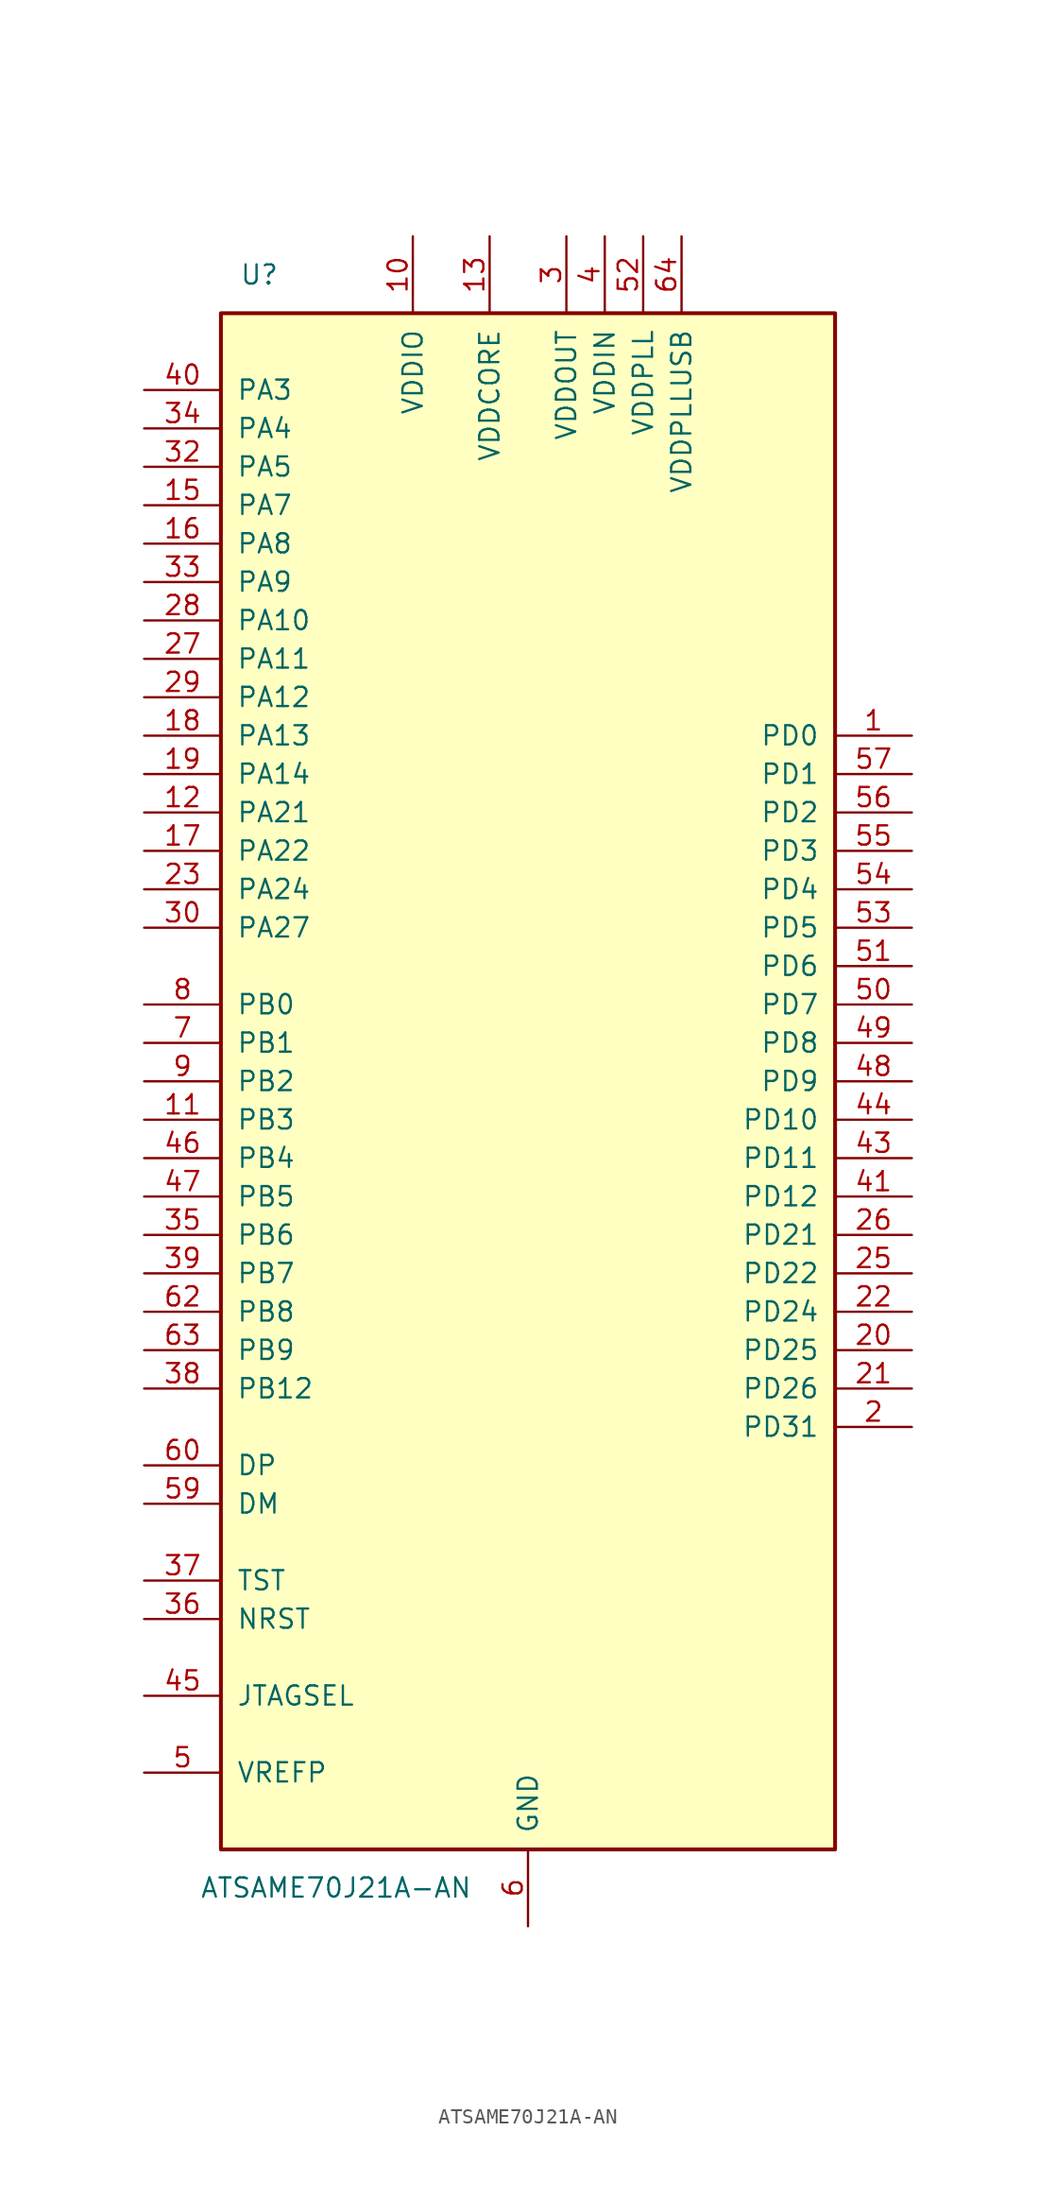
<source format=kicad_sym>
(kicad_symbol_lib
  (version 20201005)
  (generator kicad_symbol_editor)
  (symbol "ATSAME70J21A-AN"
    (pin_names
      (offset 1.016))
    (property "Reference" "U"
      (at -17.78 53.34 0)
      (effects (font (size 1.27 1.27))))
    (property "Value" "ATSAME70J21A-AN"
      (at -12.7 -53.34 0)
      (effects (font (size 1.27 1.27))))
    (symbol "ATSAME70J21A-AN_0_1"
      (rectangle (start -20.32 50.8) (end 20.32 -50.8) (stroke (width 0.254)) (fill (type background))))
    (symbol "ATSAME70J21A-AN_1_0"
      (pin power_in line (at 10.16 55.88 270) (length 5.08) (name "VDDPLLUSB" (effects (font (size 1.27 1.27)))) (number "64" (effects (font (size 1.27 1.27))))))
    (symbol "ATSAME70J21A-AN_1_1"
      (pin bidirectional line (at 25.4 22.86 180) (length 5.08) (name "PD0" (effects (font (size 1.27 1.27)))) (number "1" (effects (font (size 1.27 1.27)))))
      (pin power_in line (at -7.62 55.88 270) (length 5.08) (name "VDDIO" (effects (font (size 1.27 1.27)))) (number "10" (effects (font (size 1.27 1.27)))))
      (pin bidirectional line (at -25.4 -2.54 0) (length 5.08) (name "PB3" (effects (font (size 1.27 1.27)))) (number "11" (effects (font (size 1.27 1.27)))))
      (pin bidirectional line (at -25.4 17.78 0) (length 5.08) (name "PA21" (effects (font (size 1.27 1.27)))) (number "12" (effects (font (size 1.27 1.27)))))
      (pin power_in line (at -2.54 55.88 270) (length 5.08) (name "VDDCORE" (effects (font (size 1.27 1.27)))) (number "13" (effects (font (size 1.27 1.27)))))
      (pin passive line (at 0 -55.88 90) (length 5.08) hide (name "GND" (effects (font (size 1.27 1.27)))) (number "14" (effects (font (size 1.27 1.27)))))
      (pin bidirectional line (at -25.4 38.1 0) (length 5.08) (name "PA7" (effects (font (size 1.27 1.27)))) (number "15" (effects (font (size 1.27 1.27)))))
      (pin bidirectional line (at -25.4 35.56 0) (length 5.08) (name "PA8" (effects (font (size 1.27 1.27)))) (number "16" (effects (font (size 1.27 1.27)))))
      (pin bidirectional line (at -25.4 15.24 0) (length 5.08) (name "PA22" (effects (font (size 1.27 1.27)))) (number "17" (effects (font (size 1.27 1.27)))))
      (pin bidirectional line (at -25.4 22.86 0) (length 5.08) (name "PA13" (effects (font (size 1.27 1.27)))) (number "18" (effects (font (size 1.27 1.27)))))
      (pin bidirectional line (at -25.4 20.32 0) (length 5.08) (name "PA14" (effects (font (size 1.27 1.27)))) (number "19" (effects (font (size 1.27 1.27)))))
      (pin bidirectional line (at 25.4 -22.86 180) (length 5.08) (name "PD31" (effects (font (size 1.27 1.27)))) (number "2" (effects (font (size 1.27 1.27)))))
      (pin bidirectional line (at 25.4 -17.78 180) (length 5.08) (name "PD25" (effects (font (size 1.27 1.27)))) (number "20" (effects (font (size 1.27 1.27)))))
      (pin bidirectional line (at 25.4 -20.32 180) (length 5.08) (name "PD26" (effects (font (size 1.27 1.27)))) (number "21" (effects (font (size 1.27 1.27)))))
      (pin bidirectional line (at 25.4 -15.24 180) (length 5.08) (name "PD24" (effects (font (size 1.27 1.27)))) (number "22" (effects (font (size 1.27 1.27)))))
      (pin bidirectional line (at -25.4 12.7 0) (length 5.08) (name "PA24" (effects (font (size 1.27 1.27)))) (number "23" (effects (font (size 1.27 1.27)))))
      (pin passive line (at -2.54 55.88 270) (length 5.08) hide (name "VDDCORE" (effects (font (size 1.27 1.27)))) (number "24" (effects (font (size 1.27 1.27)))))
      (pin bidirectional line (at 25.4 -12.7 180) (length 5.08) (name "PD22" (effects (font (size 1.27 1.27)))) (number "25" (effects (font (size 1.27 1.27)))))
      (pin bidirectional line (at 25.4 -10.16 180) (length 5.08) (name "PD21" (effects (font (size 1.27 1.27)))) (number "26" (effects (font (size 1.27 1.27)))))
      (pin bidirectional line (at -25.4 27.94 0) (length 5.08) (name "PA11" (effects (font (size 1.27 1.27)))) (number "27" (effects (font (size 1.27 1.27)))))
      (pin bidirectional line (at -25.4 30.48 0) (length 5.08) (name "PA10" (effects (font (size 1.27 1.27)))) (number "28" (effects (font (size 1.27 1.27)))))
      (pin bidirectional line (at -25.4 25.4 0) (length 5.08) (name "PA12" (effects (font (size 1.27 1.27)))) (number "29" (effects (font (size 1.27 1.27)))))
      (pin power_in line (at 2.54 55.88 270) (length 5.08) (name "VDDOUT" (effects (font (size 1.27 1.27)))) (number "3" (effects (font (size 1.27 1.27)))))
      (pin bidirectional line (at -25.4 10.16 0) (length 5.08) (name "PA27" (effects (font (size 1.27 1.27)))) (number "30" (effects (font (size 1.27 1.27)))))
      (pin passive line (at 0 -55.88 90) (length 5.08) hide (name "GND" (effects (font (size 1.27 1.27)))) (number "31" (effects (font (size 1.27 1.27)))))
      (pin bidirectional line (at -25.4 40.64 0) (length 5.08) (name "PA5" (effects (font (size 1.27 1.27)))) (number "32" (effects (font (size 1.27 1.27)))))
      (pin bidirectional line (at -25.4 33.02 0) (length 5.08) (name "PA9" (effects (font (size 1.27 1.27)))) (number "33" (effects (font (size 1.27 1.27)))))
      (pin bidirectional line (at -25.4 43.18 0) (length 5.08) (name "PA4" (effects (font (size 1.27 1.27)))) (number "34" (effects (font (size 1.27 1.27)))))
      (pin bidirectional line (at -25.4 -10.16 0) (length 5.08) (name "PB6" (effects (font (size 1.27 1.27)))) (number "35" (effects (font (size 1.27 1.27)))))
      (pin bidirectional line (at -25.4 -35.56 0) (length 5.08) (name "NRST" (effects (font (size 1.27 1.27)))) (number "36" (effects (font (size 1.27 1.27)))))
      (pin input line (at -25.4 -33.02 0) (length 5.08) (name "TST" (effects (font (size 1.27 1.27)))) (number "37" (effects (font (size 1.27 1.27)))))
      (pin bidirectional line (at -25.4 -20.32 0) (length 5.08) (name "PB12" (effects (font (size 1.27 1.27)))) (number "38" (effects (font (size 1.27 1.27)))))
      (pin bidirectional line (at -25.4 -12.7 0) (length 5.08) (name "PB7" (effects (font (size 1.27 1.27)))) (number "39" (effects (font (size 1.27 1.27)))))
      (pin power_in line (at 5.08 55.88 270) (length 5.08) (name "VDDIN" (effects (font (size 1.27 1.27)))) (number "4" (effects (font (size 1.27 1.27)))))
      (pin bidirectional line (at -25.4 45.72 0) (length 5.08) (name "PA3" (effects (font (size 1.27 1.27)))) (number "40" (effects (font (size 1.27 1.27)))))
      (pin bidirectional line (at 25.4 -7.62 180) (length 5.08) (name "PD12" (effects (font (size 1.27 1.27)))) (number "41" (effects (font (size 1.27 1.27)))))
      (pin passive line (at -7.62 55.88 270) (length 5.08) hide (name "VDDIO" (effects (font (size 1.27 1.27)))) (number "42" (effects (font (size 1.27 1.27)))))
      (pin bidirectional line (at 25.4 -5.08 180) (length 5.08) (name "PD11" (effects (font (size 1.27 1.27)))) (number "43" (effects (font (size 1.27 1.27)))))
      (pin bidirectional line (at 25.4 -2.54 180) (length 5.08) (name "PD10" (effects (font (size 1.27 1.27)))) (number "44" (effects (font (size 1.27 1.27)))))
      (pin input line (at -25.4 -40.64 0) (length 5.08) (name "JTAGSEL" (effects (font (size 1.27 1.27)))) (number "45" (effects (font (size 1.27 1.27)))))
      (pin bidirectional line (at -25.4 -5.08 0) (length 5.08) (name "PB4" (effects (font (size 1.27 1.27)))) (number "46" (effects (font (size 1.27 1.27)))))
      (pin bidirectional line (at -25.4 -7.62 0) (length 5.08) (name "PB5" (effects (font (size 1.27 1.27)))) (number "47" (effects (font (size 1.27 1.27)))))
      (pin bidirectional line (at 25.4 0 180) (length 5.08) (name "PD9" (effects (font (size 1.27 1.27)))) (number "48" (effects (font (size 1.27 1.27)))))
      (pin bidirectional line (at 25.4 2.54 180) (length 5.08) (name "PD8" (effects (font (size 1.27 1.27)))) (number "49" (effects (font (size 1.27 1.27)))))
      (pin input line (at -25.4 -45.72 0) (length 5.08) (name "VREFP" (effects (font (size 1.27 1.27)))) (number "5" (effects (font (size 1.27 1.27)))))
      (pin bidirectional line (at 25.4 5.08 180) (length 5.08) (name "PD7" (effects (font (size 1.27 1.27)))) (number "50" (effects (font (size 1.27 1.27)))))
      (pin bidirectional line (at 25.4 7.62 180) (length 5.08) (name "PD6" (effects (font (size 1.27 1.27)))) (number "51" (effects (font (size 1.27 1.27)))))
      (pin power_in line (at 7.62 55.88 270) (length 5.08) (name "VDDPLL" (effects (font (size 1.27 1.27)))) (number "52" (effects (font (size 1.27 1.27)))))
      (pin bidirectional line (at 25.4 10.16 180) (length 5.08) (name "PD5" (effects (font (size 1.27 1.27)))) (number "53" (effects (font (size 1.27 1.27)))))
      (pin bidirectional line (at 25.4 12.7 180) (length 5.08) (name "PD4" (effects (font (size 1.27 1.27)))) (number "54" (effects (font (size 1.27 1.27)))))
      (pin bidirectional line (at 25.4 15.24 180) (length 5.08) (name "PD3" (effects (font (size 1.27 1.27)))) (number "55" (effects (font (size 1.27 1.27)))))
      (pin bidirectional line (at 25.4 17.78 180) (length 5.08) (name "PD2" (effects (font (size 1.27 1.27)))) (number "56" (effects (font (size 1.27 1.27)))))
      (pin bidirectional line (at 25.4 20.32 180) (length 5.08) (name "PD1" (effects (font (size 1.27 1.27)))) (number "57" (effects (font (size 1.27 1.27)))))
      (pin passive line (at -7.62 55.88 270) (length 5.08) hide (name "VDDIO" (effects (font (size 1.27 1.27)))) (number "58" (effects (font (size 1.27 1.27)))))
      (pin bidirectional line (at -25.4 -27.94 0) (length 5.08) (name "DM" (effects (font (size 1.27 1.27)))) (number "59" (effects (font (size 1.27 1.27)))))
      (pin power_in line (at 0 -55.88 90) (length 5.08) (name "GND" (effects (font (size 1.27 1.27)))) (number "6" (effects (font (size 1.27 1.27)))))
      (pin bidirectional line (at -25.4 -25.4 0) (length 5.08) (name "DP" (effects (font (size 1.27 1.27)))) (number "60" (effects (font (size 1.27 1.27)))))
      (pin passive line (at -2.54 55.88 270) (length 5.08) hide (name "VDDCORE" (effects (font (size 1.27 1.27)))) (number "61" (effects (font (size 1.27 1.27)))))
      (pin bidirectional line (at -25.4 -15.24 0) (length 5.08) (name "PB8" (effects (font (size 1.27 1.27)))) (number "62" (effects (font (size 1.27 1.27)))))
      (pin bidirectional line (at -25.4 -17.78 0) (length 5.08) (name "PB9" (effects (font (size 1.27 1.27)))) (number "63" (effects (font (size 1.27 1.27)))))
      (pin bidirectional line (at -25.4 2.54 0) (length 5.08) (name "PB1" (effects (font (size 1.27 1.27)))) (number "7" (effects (font (size 1.27 1.27)))))
      (pin bidirectional line (at -25.4 5.08 0) (length 5.08) (name "PB0" (effects (font (size 1.27 1.27)))) (number "8" (effects (font (size 1.27 1.27)))))
      (pin bidirectional line (at -25.4 0 0) (length 5.08) (name "PB2" (effects (font (size 1.27 1.27)))) (number "9" (effects (font (size 1.27 1.27))))))))
</source>
